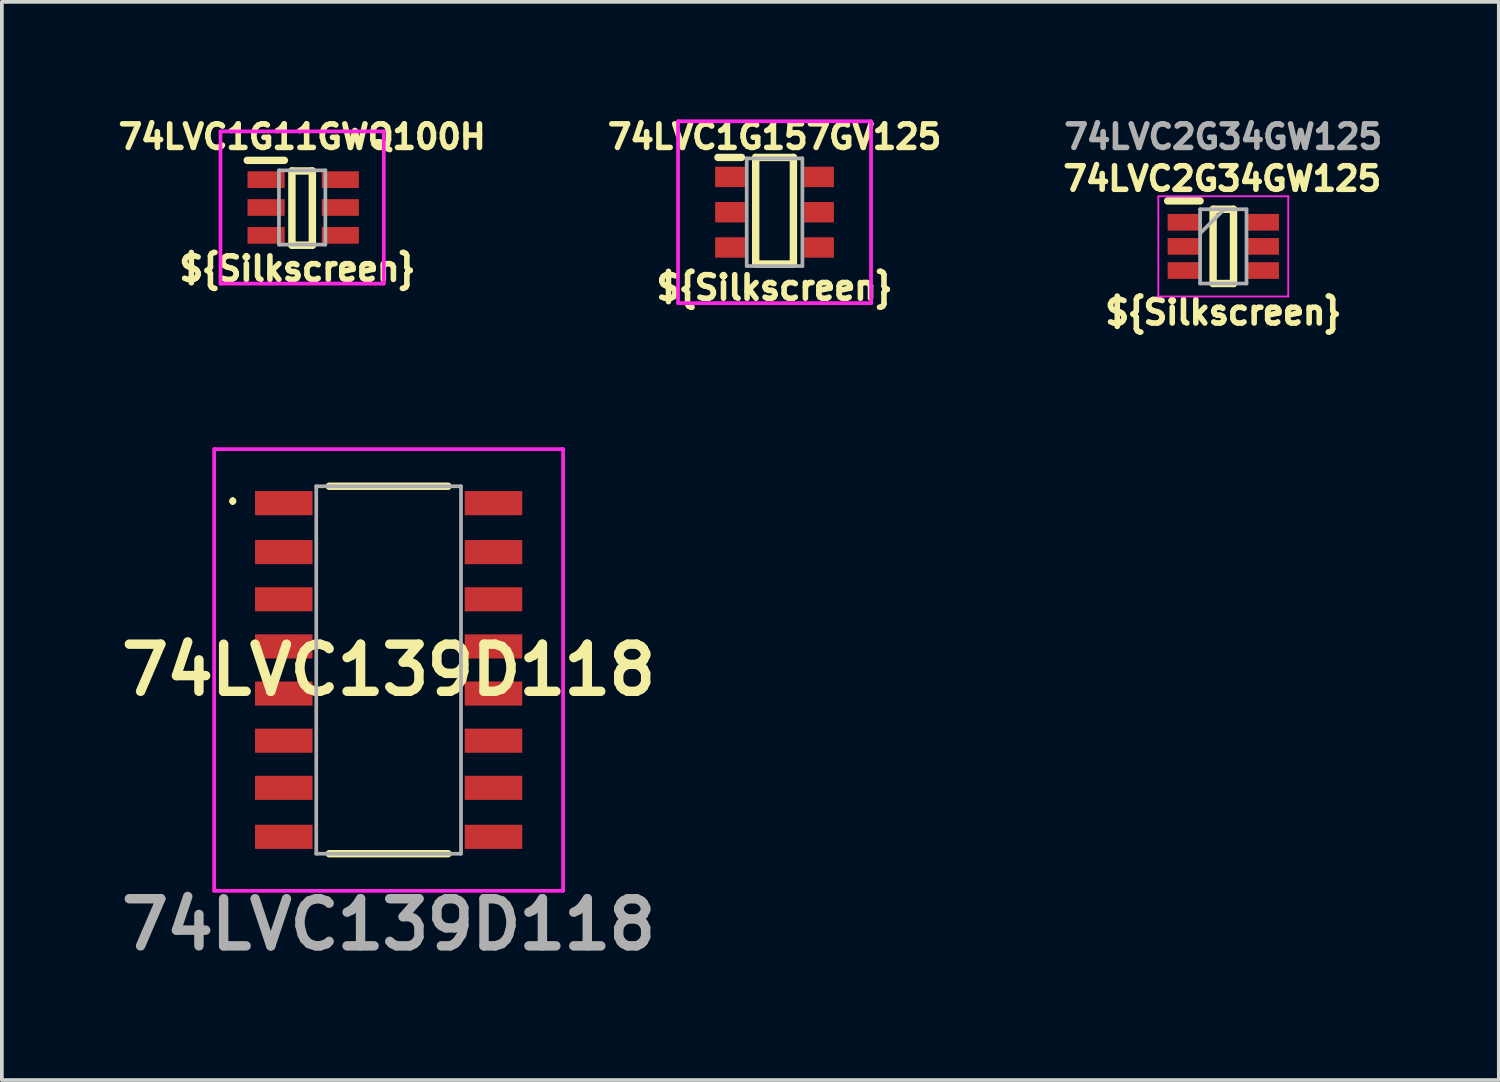
<source format=kicad_pcb>
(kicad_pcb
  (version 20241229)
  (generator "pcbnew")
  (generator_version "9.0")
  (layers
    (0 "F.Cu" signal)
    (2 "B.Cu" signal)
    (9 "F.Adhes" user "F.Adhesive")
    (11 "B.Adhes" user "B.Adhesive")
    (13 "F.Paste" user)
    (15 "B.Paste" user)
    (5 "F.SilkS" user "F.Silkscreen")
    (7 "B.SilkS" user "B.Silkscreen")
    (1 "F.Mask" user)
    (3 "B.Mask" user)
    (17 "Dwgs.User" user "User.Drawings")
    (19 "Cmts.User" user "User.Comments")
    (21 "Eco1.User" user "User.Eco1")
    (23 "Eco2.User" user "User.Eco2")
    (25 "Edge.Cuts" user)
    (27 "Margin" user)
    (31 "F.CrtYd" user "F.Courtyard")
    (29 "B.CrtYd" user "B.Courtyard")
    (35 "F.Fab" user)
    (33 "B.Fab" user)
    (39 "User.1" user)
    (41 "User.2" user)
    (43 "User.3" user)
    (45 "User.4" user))
  (footprint "74LVC2G34GW125"
    (layer "F.Cu")
    (at 29.904 3.556)
    (property "Reference" "74LVC2G34GW125" (at -0.025 -1.793 0) (layer "F.SilkS") (effects (font (size 0.635 0.635) (thickness 0.15) (bold yes))))
    (attr smd)
    (fp_line (start -1.497 -1.193) (end -0.622 -1.193) (stroke (width 0.2) (type solid)) (layer "F.SilkS"))
    (fp_line (start -0.272 -0.968) (end 0.278 -0.968) (stroke (width 0.2) (type solid)) (layer "F.SilkS"))
    (fp_line (start -0.272 1.032) (end -0.272 -0.968) (stroke (width 0.2) (type solid)) (layer "F.SilkS"))
    (fp_line (start 0.278 -0.968) (end 0.278 1.032) (stroke (width 0.2) (type solid)) (layer "F.SilkS"))
    (fp_line (start 0.278 1.032) (end -0.272 1.032) (stroke (width 0.2) (type solid)) (layer "F.SilkS"))
    (fp_line (start -1.747 -1.318) (end 1.753 -1.318) (stroke (width 0.05) (type solid)) (layer "F.CrtYd"))
    (fp_line (start -1.747 1.382) (end -1.747 -1.318) (stroke (width 0.05) (type solid)) (layer "F.CrtYd"))
    (fp_line (start 1.753 -1.318) (end 1.753 1.382) (stroke (width 0.05) (type solid)) (layer "F.CrtYd"))
    (fp_line (start 1.753 1.382) (end -1.747 1.382) (stroke (width 0.05) (type solid)) (layer "F.CrtYd"))
    (fp_line (start -0.622 -0.968) (end 0.628 -0.968) (stroke (width 0.1) (type solid)) (layer "F.Fab"))
    (fp_line (start -0.622 -0.318) (end 0.028 -0.968) (stroke (width 0.1) (type solid)) (layer "F.Fab"))
    (fp_line (start -0.622 1.032) (end -0.622 -0.968) (stroke (width 0.1) (type solid)) (layer "F.Fab"))
    (fp_line (start 0.628 -0.968) (end 0.628 1.032) (stroke (width 0.1) (type solid)) (layer "F.Fab"))
    (fp_line (start 0.628 1.032) (end -0.622 1.032) (stroke (width 0.1) (type solid)) (layer "F.Fab"))
    (fp_text user "${Silkscreen}" (at 0.003 1.81 0) (layer "F.SilkS") (effects (font (size 0.635 0.635) (thickness 0.15))))
    (fp_text user "${REFERENCE}" (at 0 -2.921 0) (layer "F.Fab") (effects (font (size 0.635 0.635) (thickness 0.15))))
    (pad "1" smd rect (at -1.059 -0.618 90) (size 0.45 0.875) (layers "F.Cu" "F.Mask" "F.Paste"))
    (pad "2" smd rect (at -1.059 0.032 90) (size 0.45 0.875) (layers "F.Cu" "F.Mask" "F.Paste"))
    (pad "3" smd rect (at -1.059 0.682 90) (size 0.45 0.875) (layers "F.Cu" "F.Mask" "F.Paste"))
    (pad "4" smd rect (at 1.065 0.682 90) (size 0.45 0.875) (layers "F.Cu" "F.Mask" "F.Paste"))
    (pad "5" smd rect (at 1.065 0.032 90) (size 0.45 0.875) (layers "F.Cu" "F.Mask" "F.Paste"))
    (pad "6" smd rect (at 1.065 -0.618 90) (size 0.45 0.875) (layers "F.Cu" "F.Mask" "F.Paste")))
  (footprint "74LVC1G157GV125"
    (layer "F.Cu")
    (at 17.817 2.667)
    (property "Reference" "74LVC1G157GV125" (at 0 -2.032 0) (layer "F.SilkS") (effects (font (size 0.635 0.635) (thickness 0.15))))
    (attr smd)
    (fp_line (start -1.524 -1.476) (end -0.889 -1.476) (stroke (width 0.2) (type solid)) (layer "F.SilkS"))
    (fp_line (start -0.508 -1.476) (end 0.508 -1.476) (stroke (width 0.2) (type solid)) (layer "F.SilkS"))
    (fp_line (start -0.508 1.397) (end -0.508 -1.476) (stroke (width 0.2) (type solid)) (layer "F.SilkS"))
    (fp_line (start 0.508 -1.476) (end 0.508 1.397) (stroke (width 0.2) (type solid)) (layer "F.SilkS"))
    (fp_line (start 0.508 1.397) (end -0.496 1.397) (stroke (width 0.2) (type solid)) (layer "F.SilkS"))
    (fp_line (start -2.6 -2.45) (end -2.6 2.45) (stroke (width 0.1) (type solid)) (layer "F.CrtYd"))
    (fp_line (start -2.6 2.45) (end 2.6 2.45) (stroke (width 0.1) (type solid)) (layer "F.CrtYd"))
    (fp_line (start 2.6 -2.45) (end -2.6 -2.45) (stroke (width 0.1) (type solid)) (layer "F.CrtYd"))
    (fp_line (start 2.6 2.45) (end 2.6 -2.45) (stroke (width 0.1) (type solid)) (layer "F.CrtYd"))
    (fp_line (start -0.75 -1.45) (end -0.75 1.45) (stroke (width 0.1) (type solid)) (layer "F.Fab"))
    (fp_line (start -0.75 1.45) (end 0.75 1.45) (stroke (width 0.1) (type solid)) (layer "F.Fab"))
    (fp_line (start 0.75 -1.45) (end -0.75 -1.45) (stroke (width 0.1) (type solid)) (layer "F.Fab"))
    (fp_line (start 0.75 1.45) (end 0.75 -1.45) (stroke (width 0.1) (type solid)) (layer "F.Fab"))
    (fp_text user "${Silkscreen}" (at 0 2.032 0) (layer "F.SilkS") (effects (font (size 0.635 0.635) (thickness 0.15))))
    (pad "1" smd rect (at -1.2 -0.95 90) (size 0.55 0.8) (layers "F.Cu" "F.Mask" "F.Paste"))
    (pad "2" smd rect (at -1.2 0 90) (size 0.55 0.8) (layers "F.Cu" "F.Mask" "F.Paste"))
    (pad "3" smd rect (at -1.2 0.95 90) (size 0.55 0.8) (layers "F.Cu" "F.Mask" "F.Paste"))
    (pad "4" smd rect (at 1.2 0.95 90) (size 0.55 0.8) (layers "F.Cu" "F.Mask" "F.Paste"))
    (pad "5" smd rect (at 1.2 0 90) (size 0.55 0.8) (layers "F.Cu" "F.Mask" "F.Paste"))
    (pad "6" smd rect (at 1.2 -0.95 90) (size 0.55 0.8) (layers "F.Cu" "F.Mask" "F.Paste")))
  (footprint "74LVC139D118"
    (layer "F.Cu")
    (at 7.42 15)
    (property "Reference" "74LVC139D118" (at 0 0 0) (layer "F.SilkS") (effects (font (size 1.27 1.27) (thickness 0.254))))
    (attr smd)
    (fp_line (start -4.2 -4.6) (end -4.2 -4.6) (stroke (width 0.1) (type solid)) (layer "F.SilkS"))
    (fp_line (start -4.2 -4.5) (end -4.2 -4.5) (stroke (width 0.1) (type solid)) (layer "F.SilkS"))
    (fp_line (start -1.6 -4.95) (end 1.6 -4.95) (stroke (width 0.2) (type solid)) (layer "F.SilkS"))
    (fp_line (start 1.6 4.95) (end -1.6 4.95) (stroke (width 0.2) (type solid)) (layer "F.SilkS"))
    (fp_arc (start -4.2 -4.6) (mid -4.15 -4.55) (end -4.2 -4.5) (stroke (width 0.1) (type solid)) (layer "F.SilkS"))
    (fp_arc (start -4.2 -4.5) (mid -4.25 -4.55) (end -4.2 -4.6) (stroke (width 0.1) (type solid)) (layer "F.SilkS"))
    (fp_line (start -4.7 -5.95) (end 4.7 -5.95) (stroke (width 0.1) (type solid)) (layer "F.CrtYd"))
    (fp_line (start -4.7 5.95) (end -4.7 -5.95) (stroke (width 0.1) (type solid)) (layer "F.CrtYd"))
    (fp_line (start 4.7 -5.95) (end 4.7 5.95) (stroke (width 0.1) (type solid)) (layer "F.CrtYd"))
    (fp_line (start 4.7 5.95) (end -4.7 5.95) (stroke (width 0.1) (type solid)) (layer "F.CrtYd"))
    (fp_line (start -1.95 -4.95) (end 1.95 -4.95) (stroke (width 0.1) (type solid)) (layer "F.Fab"))
    (fp_line (start -1.95 4.95) (end -1.95 -4.95) (stroke (width 0.1) (type solid)) (layer "F.Fab"))
    (fp_line (start 1.95 -4.95) (end 1.95 4.95) (stroke (width 0.1) (type solid)) (layer "F.Fab"))
    (fp_line (start 1.95 4.95) (end -1.95 4.95) (stroke (width 0.1) (type solid)) (layer "F.Fab"))
    (fp_text user "${REFERENCE}" (at 0 6.858 0) (layer "F.Fab") (effects (font (size 1.27 1.27) (thickness 0.254))))
    (pad "1" smd rect (at -2.825 -4.495 90) (size 0.65 1.55) (layers "F.Cu" "F.Mask" "F.Paste"))
    (pad "2" smd rect (at -2.825 -3.175 90) (size 0.65 1.55) (layers "F.Cu" "F.Mask" "F.Paste"))
    (pad "3" smd rect (at -2.825 -1.905 90) (size 0.65 1.55) (layers "F.Cu" "F.Mask" "F.Paste"))
    (pad "4" smd rect (at -2.825 -0.635 90) (size 0.65 1.55) (layers "F.Cu" "F.Mask" "F.Paste"))
    (pad "5" smd rect (at -2.825 0.635 90) (size 0.65 1.55) (layers "F.Cu" "F.Mask" "F.Paste"))
    (pad "6" smd rect (at -2.825 1.905 90) (size 0.65 1.55) (layers "F.Cu" "F.Mask" "F.Paste"))
    (pad "7" smd rect (at -2.825 3.175 90) (size 0.65 1.55) (layers "F.Cu" "F.Mask" "F.Paste"))
    (pad "8" smd rect (at -2.825 4.495 90) (size 0.65 1.55) (layers "F.Cu" "F.Mask" "F.Paste"))
    (pad "9" smd rect (at 2.825 4.495 90) (size 0.65 1.55) (layers "F.Cu" "F.Mask" "F.Paste"))
    (pad "10" smd rect (at 2.825 3.175 90) (size 0.65 1.55) (layers "F.Cu" "F.Mask" "F.Paste"))
    (pad "11" smd rect (at 2.825 1.905 90) (size 0.65 1.55) (layers "F.Cu" "F.Mask" "F.Paste"))
    (pad "12" smd rect (at 2.825 0.635 90) (size 0.65 1.55) (layers "F.Cu" "F.Mask" "F.Paste"))
    (pad "13" smd rect (at 2.825 -0.635 90) (size 0.65 1.55) (layers "F.Cu" "F.Mask" "F.Paste"))
    (pad "14" smd rect (at 2.825 -1.905 90) (size 0.65 1.55) (layers "F.Cu" "F.Mask" "F.Paste"))
    (pad "15" smd rect (at 2.825 -3.175 90) (size 0.65 1.55) (layers "F.Cu" "F.Mask" "F.Paste"))
    (pad "16" smd rect (at 2.825 -4.495 90) (size 0.65 1.55) (layers "F.Cu" "F.Mask" "F.Paste")))
  (footprint "74LVC1G11GWQ100H"
    (layer "F.Cu")
    (at 5.09 2.54)
    (property "Reference" "74LVC1G11GWQ100H" (at 0 -1.905 0) (layer "F.SilkS") (effects (font (size 0.635 0.635) (thickness 0.15) (bold yes))))
    (attr smd)
    (fp_line (start -1.479 -1.27) (end -0.479 -1.27) (stroke (width 0.2) (type solid)) (layer "F.SilkS"))
    (fp_line (start -0.275 -0.984) (end 0.275 -0.984) (stroke (width 0.2) (type solid)) (layer "F.SilkS"))
    (fp_line (start -0.275 1.016) (end -0.275 -0.984) (stroke (width 0.2) (type solid)) (layer "F.SilkS"))
    (fp_line (start 0.275 -0.984) (end 0.275 1.016) (stroke (width 0.2) (type solid)) (layer "F.SilkS"))
    (fp_line (start 0.275 1.016) (end -0.275 1.016) (stroke (width 0.2) (type solid)) (layer "F.SilkS"))
    (fp_line (start -2.2 -2.05) (end 2.2 -2.05) (stroke (width 0.1) (type solid)) (layer "F.CrtYd"))
    (fp_line (start -2.2 2.05) (end -2.2 -2.05) (stroke (width 0.1) (type solid)) (layer "F.CrtYd"))
    (fp_line (start 2.2 -2.05) (end 2.2 2.05) (stroke (width 0.1) (type solid)) (layer "F.CrtYd"))
    (fp_line (start 2.2 2.05) (end -2.2 2.05) (stroke (width 0.1) (type solid)) (layer "F.CrtYd"))
    (fp_line (start -0.625 -1) (end 0.625 -1) (stroke (width 0.1) (type solid)) (layer "F.Fab"))
    (fp_line (start -0.625 1) (end -0.625 -1) (stroke (width 0.1) (type solid)) (layer "F.Fab"))
    (fp_line (start 0.625 -1) (end 0.625 1) (stroke (width 0.1) (type solid)) (layer "F.Fab"))
    (fp_line (start 0.625 1) (end -0.625 1) (stroke (width 0.1) (type solid)) (layer "F.Fab"))
    (fp_text user "${Silkscreen}" (at -0.127 1.651 0) (layer "F.SilkS") (effects (font (size 0.635 0.635) (thickness 0.15))))
    (pad "1" smd rect (at -0.972 -0.75 90) (size 0.45 1) (layers "F.Cu" "F.Mask" "F.Paste"))
    (pad "2" smd rect (at -0.972 0 90) (size 0.45 1) (layers "F.Cu" "F.Mask" "F.Paste"))
    (pad "3" smd rect (at -0.972 0.75 90) (size 0.45 1) (layers "F.Cu" "F.Mask" "F.Paste"))
    (pad "4" smd rect (at 1.028 0.75 90) (size 0.45 1) (layers "F.Cu" "F.Mask" "F.Paste"))
    (pad "5" smd rect (at 1.028 0 90) (size 0.45 1) (layers "F.Cu" "F.Mask" "F.Paste"))
    (pad "6" smd rect (at 1.028 -0.75 90) (size 0.45 1) (layers "F.Cu" "F.Mask" "F.Paste")))
  (gr_rect
    (start -3 -3)
    (end 37.329 26.047)
    (stroke (width 0.1) (type default))
    (fill no)
    (layer "Edge.Cuts")))
</source>
